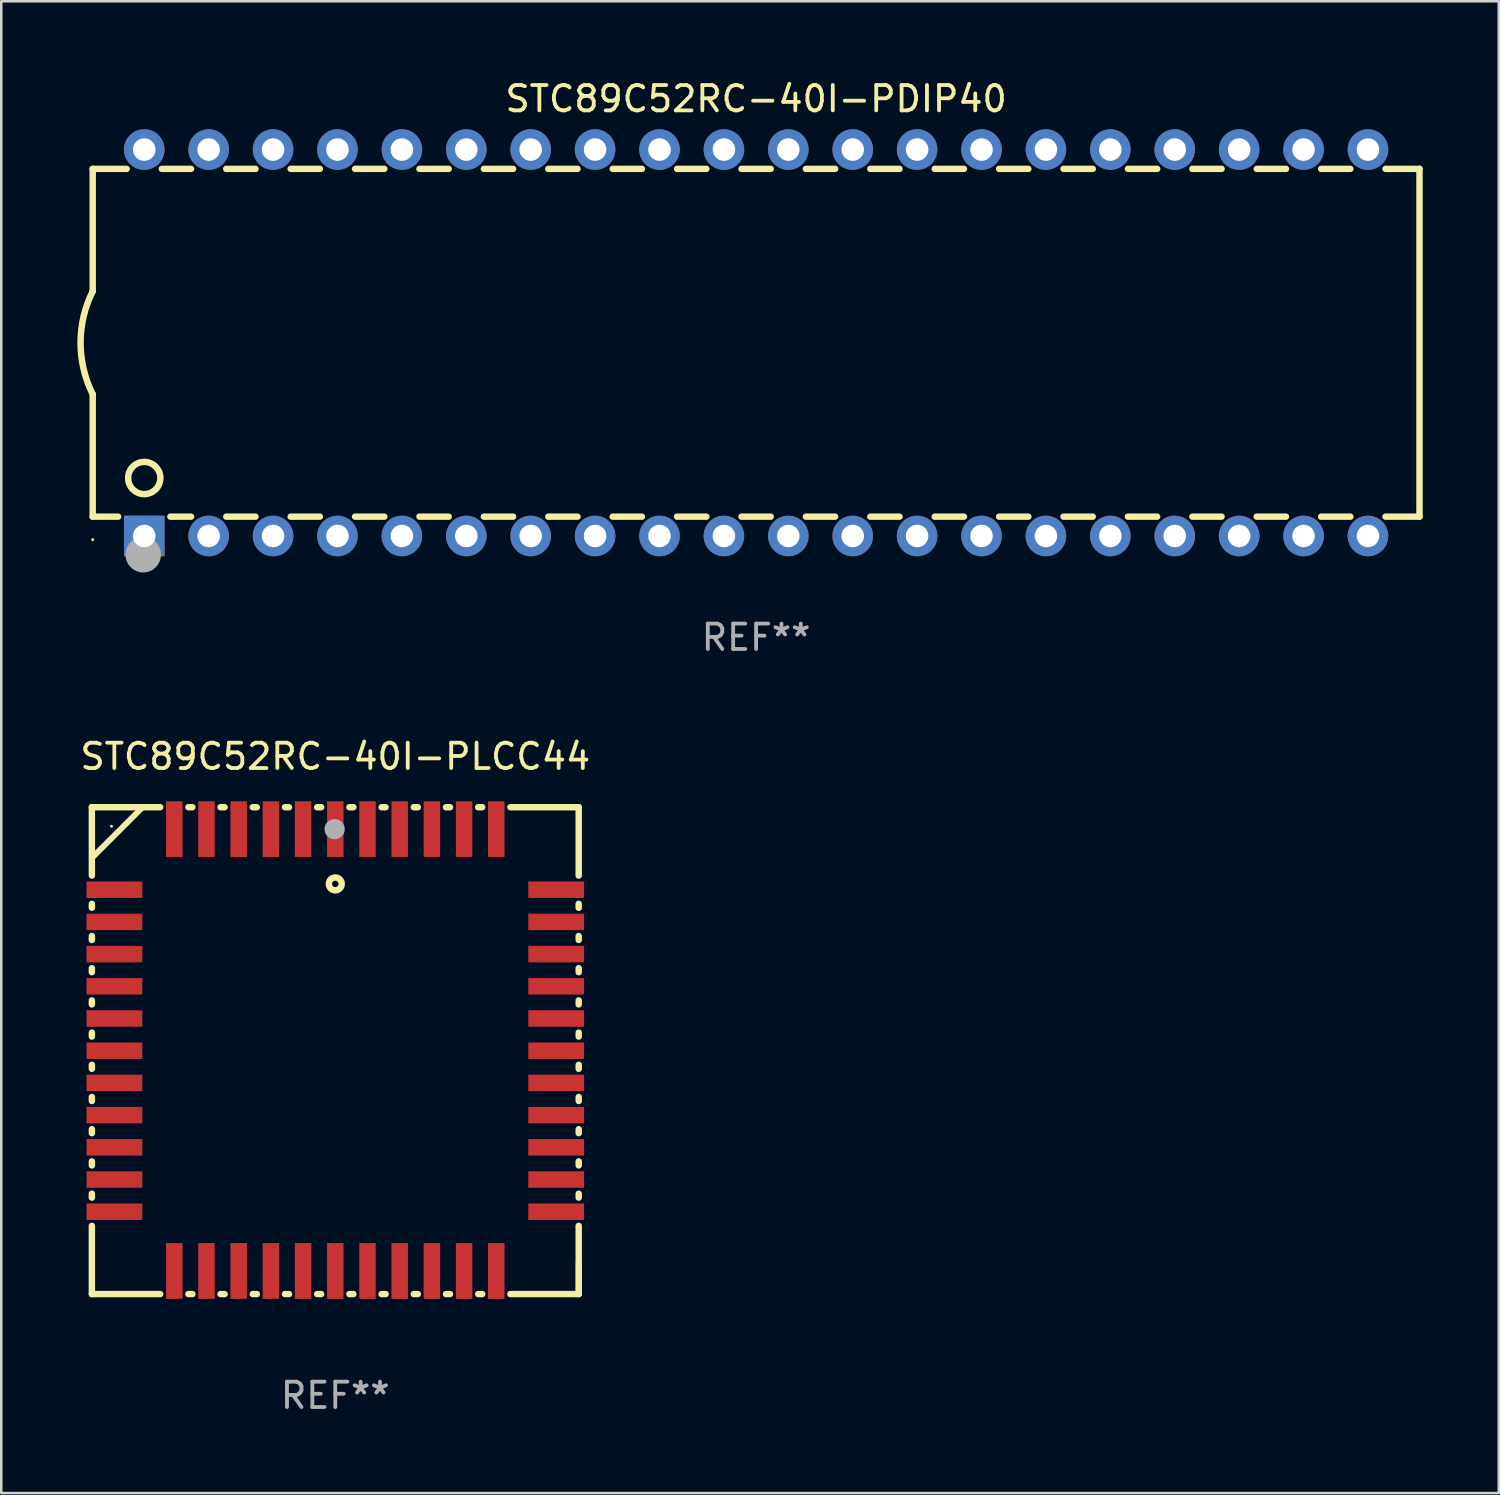
<source format=kicad_pcb>
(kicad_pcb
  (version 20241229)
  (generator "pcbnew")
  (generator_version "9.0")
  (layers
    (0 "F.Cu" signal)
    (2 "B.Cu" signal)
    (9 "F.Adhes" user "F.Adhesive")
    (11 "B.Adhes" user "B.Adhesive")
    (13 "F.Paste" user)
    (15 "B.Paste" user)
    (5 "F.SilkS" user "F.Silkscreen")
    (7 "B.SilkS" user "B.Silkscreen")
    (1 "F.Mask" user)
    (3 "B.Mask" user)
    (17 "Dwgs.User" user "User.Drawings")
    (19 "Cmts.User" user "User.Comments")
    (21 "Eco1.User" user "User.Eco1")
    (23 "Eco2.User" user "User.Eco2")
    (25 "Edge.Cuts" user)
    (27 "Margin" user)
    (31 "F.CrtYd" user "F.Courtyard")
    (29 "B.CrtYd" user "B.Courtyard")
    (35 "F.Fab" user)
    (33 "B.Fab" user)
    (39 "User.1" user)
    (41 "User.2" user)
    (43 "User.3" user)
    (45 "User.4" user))
  (footprint "STC89C52RC-40I-PDIP40"
    (layer "F.Cu")
    (at 26.769 10.468)
    (property "Reference" "STC89C52RC-40I-PDIP40" (at 0 -9.62 0) (layer "F.SilkS") (effects (font (size 1 1) (thickness 0.15))))
    (attr through_hole)
    (fp_line (start -26.162 -6.858) (end -26.162 -2.032) (stroke (width 0.254) (type solid)) (layer "F.SilkS"))
    (fp_line (start -26.162 6.858) (end -26.162 2.032) (stroke (width 0.254) (type solid)) (layer "F.SilkS"))
    (fp_line (start -26.162 6.858) (end -25.161 6.858) (stroke (width 0.254) (type solid)) (layer "F.SilkS"))
    (fp_line (start -24.824 -6.858) (end -26.162 -6.858) (stroke (width 0.254) (type solid)) (layer "F.SilkS"))
    (fp_line (start -23.099 6.858) (end -22.284 6.858) (stroke (width 0.254) (type solid)) (layer "F.SilkS"))
    (fp_line (start -22.284 -6.858) (end -23.436 -6.858) (stroke (width 0.254) (type solid)) (layer "F.SilkS"))
    (fp_line (start -20.896 6.858) (end -19.744 6.858) (stroke (width 0.254) (type solid)) (layer "F.SilkS"))
    (fp_line (start -19.744 -6.858) (end -20.896 -6.858) (stroke (width 0.254) (type solid)) (layer "F.SilkS"))
    (fp_line (start -18.356 6.858) (end -17.204 6.858) (stroke (width 0.254) (type solid)) (layer "F.SilkS"))
    (fp_line (start -17.204 -6.858) (end -18.356 -6.858) (stroke (width 0.254) (type solid)) (layer "F.SilkS"))
    (fp_line (start -15.816 6.858) (end -14.664 6.858) (stroke (width 0.254) (type solid)) (layer "F.SilkS"))
    (fp_line (start -14.664 -6.858) (end -15.816 -6.858) (stroke (width 0.254) (type solid)) (layer "F.SilkS"))
    (fp_line (start -13.276 6.858) (end -12.124 6.858) (stroke (width 0.254) (type solid)) (layer "F.SilkS"))
    (fp_line (start -12.124 -6.858) (end -13.276 -6.858) (stroke (width 0.254) (type solid)) (layer "F.SilkS"))
    (fp_line (start -10.736 6.858) (end -9.584 6.858) (stroke (width 0.254) (type solid)) (layer "F.SilkS"))
    (fp_line (start -9.584 -6.858) (end -10.736 -6.858) (stroke (width 0.254) (type solid)) (layer "F.SilkS"))
    (fp_line (start -8.196 6.858) (end -7.044 6.858) (stroke (width 0.254) (type solid)) (layer "F.SilkS"))
    (fp_line (start -7.044 -6.858) (end -8.196 -6.858) (stroke (width 0.254) (type solid)) (layer "F.SilkS"))
    (fp_line (start -5.656 6.858) (end -4.504 6.858) (stroke (width 0.254) (type solid)) (layer "F.SilkS"))
    (fp_line (start -4.504 -6.858) (end -5.656 -6.858) (stroke (width 0.254) (type solid)) (layer "F.SilkS"))
    (fp_line (start -3.116 6.858) (end -1.964 6.858) (stroke (width 0.254) (type solid)) (layer "F.SilkS"))
    (fp_line (start -1.964 -6.858) (end -3.116 -6.858) (stroke (width 0.254) (type solid)) (layer "F.SilkS"))
    (fp_line (start -0.576 6.858) (end 0.576 6.858) (stroke (width 0.254) (type solid)) (layer "F.SilkS"))
    (fp_line (start 0.576 -6.858) (end -0.576 -6.858) (stroke (width 0.254) (type solid)) (layer "F.SilkS"))
    (fp_line (start 1.964 6.858) (end 3.116 6.858) (stroke (width 0.254) (type solid)) (layer "F.SilkS"))
    (fp_line (start 3.116 -6.858) (end 1.964 -6.858) (stroke (width 0.254) (type solid)) (layer "F.SilkS"))
    (fp_line (start 4.504 6.858) (end 5.656 6.858) (stroke (width 0.254) (type solid)) (layer "F.SilkS"))
    (fp_line (start 5.656 -6.858) (end 4.504 -6.858) (stroke (width 0.254) (type solid)) (layer "F.SilkS"))
    (fp_line (start 7.044 6.858) (end 8.196 6.858) (stroke (width 0.254) (type solid)) (layer "F.SilkS"))
    (fp_line (start 8.196 -6.858) (end 7.044 -6.858) (stroke (width 0.254) (type solid)) (layer "F.SilkS"))
    (fp_line (start 9.584 6.858) (end 10.736 6.858) (stroke (width 0.254) (type solid)) (layer "F.SilkS"))
    (fp_line (start 10.736 -6.858) (end 9.584 -6.858) (stroke (width 0.254) (type solid)) (layer "F.SilkS"))
    (fp_line (start 12.124 6.858) (end 13.276 6.858) (stroke (width 0.254) (type solid)) (layer "F.SilkS"))
    (fp_line (start 13.276 -6.858) (end 12.124 -6.858) (stroke (width 0.254) (type solid)) (layer "F.SilkS"))
    (fp_line (start 14.664 6.858) (end 15.816 6.858) (stroke (width 0.254) (type solid)) (layer "F.SilkS"))
    (fp_line (start 15.816 -6.858) (end 14.664 -6.858) (stroke (width 0.254) (type solid)) (layer "F.SilkS"))
    (fp_line (start 17.204 6.858) (end 18.356 6.858) (stroke (width 0.254) (type solid)) (layer "F.SilkS"))
    (fp_line (start 18.356 -6.858) (end 17.204 -6.858) (stroke (width 0.254) (type solid)) (layer "F.SilkS"))
    (fp_line (start 19.744 6.858) (end 20.896 6.858) (stroke (width 0.254) (type solid)) (layer "F.SilkS"))
    (fp_line (start 20.896 -6.858) (end 19.744 -6.858) (stroke (width 0.254) (type solid)) (layer "F.SilkS"))
    (fp_line (start 22.284 6.858) (end 23.436 6.858) (stroke (width 0.254) (type solid)) (layer "F.SilkS"))
    (fp_line (start 23.436 -6.858) (end 22.284 -6.858) (stroke (width 0.254) (type solid)) (layer "F.SilkS"))
    (fp_line (start 24.824 6.858) (end 26.162 6.858) (stroke (width 0.254) (type solid)) (layer "F.SilkS"))
    (fp_line (start 26.162 -6.858) (end 24.824 -6.858) (stroke (width 0.254) (type solid)) (layer "F.SilkS"))
    (fp_line (start 26.162 -6.858) (end 26.162 6.858) (stroke (width 0.254) (type solid)) (layer "F.SilkS"))
    (fp_arc (start -26.162052 2.032004) (mid -26.641743 0) (end -26.162052 -2.032004) (stroke (width 0.254001) (type solid)) (layer "F.SilkS"))
    (fp_circle (center -26.162 7.765) (end -26.132 7.765) (stroke (width 0.06) (type solid)) (fill no) (layer "F.SilkS"))
    (fp_circle (center -24.13 5.334) (end -23.495 5.334) (stroke (width 0.254) (type solid)) (fill no) (layer "F.SilkS"))
    (fp_circle (center -24.17 8.36) (end -23.82 8.36) (stroke (width 0.7) (type solid)) (fill no) (layer "F.Fab"))
    (fp_text user "REF**" (at 0 11.62 0) (layer "F.Fab") (effects (font (size 1 1) (thickness 0.15))))
    (pad "1" thru_hole rect (at -24.13 7.62) (size 1.6 1.6) (drill 0.889) (layers "*.Cu" "*.Mask"))
    (pad "2" thru_hole circle (at -21.59 7.62) (size 1.6 1.6) (drill 0.889) (layers "*.Cu" "*.Mask"))
    (pad "3" thru_hole circle (at -19.05 7.62) (size 1.6 1.6) (drill 0.889) (layers "*.Cu" "*.Mask"))
    (pad "4" thru_hole circle (at -16.51 7.62) (size 1.6 1.6) (drill 0.889) (layers "*.Cu" "*.Mask"))
    (pad "5" thru_hole circle (at -13.97 7.62) (size 1.6 1.6) (drill 0.889) (layers "*.Cu" "*.Mask"))
    (pad "6" thru_hole circle (at -11.43 7.62) (size 1.6 1.6) (drill 0.889) (layers "*.Cu" "*.Mask"))
    (pad "7" thru_hole circle (at -8.89 7.62) (size 1.6 1.6) (drill 0.889) (layers "*.Cu" "*.Mask"))
    (pad "8" thru_hole circle (at -6.35 7.62) (size 1.6 1.6) (drill 0.889) (layers "*.Cu" "*.Mask"))
    (pad "9" thru_hole circle (at -3.81 7.62) (size 1.6 1.6) (drill 0.889) (layers "*.Cu" "*.Mask"))
    (pad "10" thru_hole circle (at -1.27 7.62) (size 1.6 1.6) (drill 0.889) (layers "*.Cu" "*.Mask"))
    (pad "11" thru_hole circle (at 1.27 7.62) (size 1.6 1.6) (drill 0.889) (layers "*.Cu" "*.Mask"))
    (pad "12" thru_hole circle (at 3.81 7.62) (size 1.6 1.6) (drill 0.889) (layers "*.Cu" "*.Mask"))
    (pad "13" thru_hole circle (at 6.35 7.62) (size 1.6 1.6) (drill 0.889) (layers "*.Cu" "*.Mask"))
    (pad "14" thru_hole circle (at 8.89 7.62) (size 1.6 1.6) (drill 0.889) (layers "*.Cu" "*.Mask"))
    (pad "15" thru_hole circle (at 11.43 7.62) (size 1.6 1.6) (drill 0.889) (layers "*.Cu" "*.Mask"))
    (pad "16" thru_hole circle (at 13.97 7.62) (size 1.6 1.6) (drill 0.889) (layers "*.Cu" "*.Mask"))
    (pad "17" thru_hole circle (at 16.51 7.62) (size 1.6 1.6) (drill 0.889) (layers "*.Cu" "*.Mask"))
    (pad "18" thru_hole circle (at 19.05 7.62) (size 1.6 1.6) (drill 0.889) (layers "*.Cu" "*.Mask"))
    (pad "19" thru_hole circle (at 21.59 7.62) (size 1.6 1.6) (drill 0.889) (layers "*.Cu" "*.Mask"))
    (pad "20" thru_hole circle (at 24.13 7.62) (size 1.6 1.6) (drill 0.889) (layers "*.Cu" "*.Mask"))
    (pad "21" thru_hole circle (at 24.13 -7.62) (size 1.6 1.6) (drill 0.889) (layers "*.Cu" "*.Mask"))
    (pad "22" thru_hole circle (at 21.59 -7.62) (size 1.6 1.6) (drill 0.889) (layers "*.Cu" "*.Mask"))
    (pad "23" thru_hole circle (at 19.05 -7.62) (size 1.6 1.6) (drill 0.889) (layers "*.Cu" "*.Mask"))
    (pad "24" thru_hole circle (at 16.51 -7.62) (size 1.6 1.6) (drill 0.889) (layers "*.Cu" "*.Mask"))
    (pad "25" thru_hole circle (at 13.97 -7.62) (size 1.6 1.6) (drill 0.889) (layers "*.Cu" "*.Mask"))
    (pad "26" thru_hole circle (at 11.43 -7.62) (size 1.6 1.6) (drill 0.889) (layers "*.Cu" "*.Mask"))
    (pad "27" thru_hole circle (at 8.89 -7.62) (size 1.6 1.6) (drill 0.889) (layers "*.Cu" "*.Mask"))
    (pad "28" thru_hole circle (at 6.35 -7.62) (size 1.6 1.6) (drill 0.889) (layers "*.Cu" "*.Mask"))
    (pad "29" thru_hole circle (at 3.81 -7.62) (size 1.6 1.6) (drill 0.889) (layers "*.Cu" "*.Mask"))
    (pad "30" thru_hole circle (at 1.27 -7.62) (size 1.6 1.6) (drill 0.889) (layers "*.Cu" "*.Mask"))
    (pad "31" thru_hole circle (at -1.27 -7.62) (size 1.6 1.6) (drill 0.889) (layers "*.Cu" "*.Mask"))
    (pad "32" thru_hole circle (at -3.81 -7.62) (size 1.6 1.6) (drill 0.889) (layers "*.Cu" "*.Mask"))
    (pad "33" thru_hole circle (at -6.35 -7.62) (size 1.6 1.6) (drill 0.889) (layers "*.Cu" "*.Mask"))
    (pad "34" thru_hole circle (at -8.89 -7.62) (size 1.6 1.6) (drill 0.889) (layers "*.Cu" "*.Mask"))
    (pad "35" thru_hole circle (at -11.43 -7.62) (size 1.6 1.6) (drill 0.889) (layers "*.Cu" "*.Mask"))
    (pad "36" thru_hole circle (at -13.97 -7.62) (size 1.6 1.6) (drill 0.889) (layers "*.Cu" "*.Mask"))
    (pad "37" thru_hole circle (at -16.51 -7.62) (size 1.6 1.6) (drill 0.889) (layers "*.Cu" "*.Mask"))
    (pad "38" thru_hole circle (at -19.05 -7.62) (size 1.6 1.6) (drill 0.889) (layers "*.Cu" "*.Mask"))
    (pad "39" thru_hole circle (at -21.59 -7.62) (size 1.6 1.6) (drill 0.889) (layers "*.Cu" "*.Mask"))
    (pad "40" thru_hole circle (at -24.13 -7.62) (size 1.6 1.6) (drill 0.889) (layers "*.Cu" "*.Mask")))
  (footprint "STC89C52RC-40I-PLCC44"
    (layer "F.Cu")
    (at 10.173 38.385)
    (property "Reference" "STC89C52RC-40I-PLCC44" (at 0 -11.6 0) (layer "F.SilkS") (effects (font (size 1 1) (thickness 0.15))))
    (attr through_hole)
    (fp_line (start -9.6 -9.6) (end -6.906 -9.6) (stroke (width 0.254) (type solid)) (layer "F.SilkS"))
    (fp_line (start -9.6 -6.904) (end -9.6 -9.6) (stroke (width 0.254) (type solid)) (layer "F.SilkS"))
    (fp_line (start -9.6 -5.634) (end -9.6 -5.791) (stroke (width 0.254) (type solid)) (layer "F.SilkS"))
    (fp_line (start -9.6 -4.364) (end -9.6 -4.521) (stroke (width 0.254) (type solid)) (layer "F.SilkS"))
    (fp_line (start -9.6 -3.094) (end -9.6 -3.251) (stroke (width 0.254) (type solid)) (layer "F.SilkS"))
    (fp_line (start -9.6 -1.824) (end -9.6 -1.981) (stroke (width 0.254) (type solid)) (layer "F.SilkS"))
    (fp_line (start -9.6 -0.554) (end -9.6 -0.711) (stroke (width 0.254) (type solid)) (layer "F.SilkS"))
    (fp_line (start -9.6 0.716) (end -9.6 0.559) (stroke (width 0.254) (type solid)) (layer "F.SilkS"))
    (fp_line (start -9.6 1.986) (end -9.6 1.829) (stroke (width 0.254) (type solid)) (layer "F.SilkS"))
    (fp_line (start -9.6 3.256) (end -9.6 3.099) (stroke (width 0.254) (type solid)) (layer "F.SilkS"))
    (fp_line (start -9.6 4.526) (end -9.6 4.369) (stroke (width 0.254) (type solid)) (layer "F.SilkS"))
    (fp_line (start -9.6 5.796) (end -9.6 5.639) (stroke (width 0.254) (type solid)) (layer "F.SilkS"))
    (fp_line (start -9.6 9.6) (end -9.6 6.909) (stroke (width 0.254) (type solid)) (layer "F.SilkS"))
    (fp_line (start -7.6 -9.6) (end -9.6 -7.6) (stroke (width 0.229) (type solid)) (layer "F.SilkS"))
    (fp_line (start -6.906 9.6) (end -9.6 9.6) (stroke (width 0.254) (type solid)) (layer "F.SilkS"))
    (fp_line (start -5.794 -9.6) (end -5.636 -9.6) (stroke (width 0.254) (type solid)) (layer "F.SilkS"))
    (fp_line (start -5.636 9.6) (end -5.794 9.6) (stroke (width 0.254) (type solid)) (layer "F.SilkS"))
    (fp_line (start -4.524 -9.6) (end -4.366 -9.6) (stroke (width 0.254) (type solid)) (layer "F.SilkS"))
    (fp_line (start -4.366 9.6) (end -4.524 9.6) (stroke (width 0.254) (type solid)) (layer "F.SilkS"))
    (fp_line (start -3.254 -9.6) (end -3.096 -9.6) (stroke (width 0.254) (type solid)) (layer "F.SilkS"))
    (fp_line (start -3.096 9.6) (end -3.254 9.6) (stroke (width 0.254) (type solid)) (layer "F.SilkS"))
    (fp_line (start -1.984 -9.6) (end -1.826 -9.6) (stroke (width 0.254) (type solid)) (layer "F.SilkS"))
    (fp_line (start -1.826 9.6) (end -1.984 9.6) (stroke (width 0.254) (type solid)) (layer "F.SilkS"))
    (fp_line (start -0.714 -9.6) (end -0.556 -9.6) (stroke (width 0.254) (type solid)) (layer "F.SilkS"))
    (fp_line (start -0.556 9.6) (end -0.714 9.6) (stroke (width 0.254) (type solid)) (layer "F.SilkS"))
    (fp_line (start 0.556 -9.6) (end 0.714 -9.6) (stroke (width 0.254) (type solid)) (layer "F.SilkS"))
    (fp_line (start 0.714 9.6) (end 0.556 9.6) (stroke (width 0.254) (type solid)) (layer "F.SilkS"))
    (fp_line (start 1.826 -9.6) (end 1.984 -9.6) (stroke (width 0.254) (type solid)) (layer "F.SilkS"))
    (fp_line (start 1.984 9.6) (end 1.826 9.6) (stroke (width 0.254) (type solid)) (layer "F.SilkS"))
    (fp_line (start 3.096 -9.6) (end 3.254 -9.6) (stroke (width 0.254) (type solid)) (layer "F.SilkS"))
    (fp_line (start 3.254 9.6) (end 3.096 9.6) (stroke (width 0.254) (type solid)) (layer "F.SilkS"))
    (fp_line (start 4.366 -9.6) (end 4.524 -9.6) (stroke (width 0.254) (type solid)) (layer "F.SilkS"))
    (fp_line (start 4.524 9.6) (end 4.366 9.6) (stroke (width 0.254) (type solid)) (layer "F.SilkS"))
    (fp_line (start 5.636 -9.6) (end 5.794 -9.6) (stroke (width 0.254) (type solid)) (layer "F.SilkS"))
    (fp_line (start 5.794 9.6) (end 5.636 9.6) (stroke (width 0.254) (type solid)) (layer "F.SilkS"))
    (fp_line (start 6.906 -9.6) (end 9.6 -9.6) (stroke (width 0.254) (type solid)) (layer "F.SilkS"))
    (fp_line (start 9.6 -6.904) (end 9.6 -9.6) (stroke (width 0.254) (type solid)) (layer "F.SilkS"))
    (fp_line (start 9.6 -5.634) (end 9.6 -5.791) (stroke (width 0.254) (type solid)) (layer "F.SilkS"))
    (fp_line (start 9.6 -4.364) (end 9.6 -4.521) (stroke (width 0.254) (type solid)) (layer "F.SilkS"))
    (fp_line (start 9.6 -3.094) (end 9.6 -3.251) (stroke (width 0.254) (type solid)) (layer "F.SilkS"))
    (fp_line (start 9.6 -1.824) (end 9.6 -1.981) (stroke (width 0.254) (type solid)) (layer "F.SilkS"))
    (fp_line (start 9.6 -0.554) (end 9.6 -0.711) (stroke (width 0.254) (type solid)) (layer "F.SilkS"))
    (fp_line (start 9.6 0.716) (end 9.6 0.559) (stroke (width 0.254) (type solid)) (layer "F.SilkS"))
    (fp_line (start 9.6 1.986) (end 9.6 1.829) (stroke (width 0.254) (type solid)) (layer "F.SilkS"))
    (fp_line (start 9.6 3.256) (end 9.6 3.099) (stroke (width 0.254) (type solid)) (layer "F.SilkS"))
    (fp_line (start 9.6 4.526) (end 9.6 4.369) (stroke (width 0.254) (type solid)) (layer "F.SilkS"))
    (fp_line (start 9.6 5.796) (end 9.6 5.639) (stroke (width 0.254) (type solid)) (layer "F.SilkS"))
    (fp_line (start 9.6 9.6) (end 6.906 9.6) (stroke (width 0.254) (type solid)) (layer "F.SilkS"))
    (fp_line (start 9.6 9.6) (end 9.6 6.909) (stroke (width 0.254) (type solid)) (layer "F.SilkS"))
    (fp_line (start 9.6 9.6) (end 9.6 8.352) (stroke (width 0.229) (type solid)) (layer "F.SilkS"))
    (fp_circle (center -8.828 -8.851) (end -8.798 -8.851) (stroke (width 0.06) (type solid)) (fill no) (layer "F.SilkS"))
    (fp_circle (center 0 -6.576) (end 0.254 -6.576) (stroke (width 0.254) (type solid)) (fill no) (layer "F.SilkS"))
    (fp_circle (center -0.025 -8.735) (end 0.175 -8.735) (stroke (width 0.4) (type solid)) (fill no) (layer "F.Fab"))
    (fp_text user "REF**" (at 0 13.6 0) (layer "F.Fab") (effects (font (size 1 1) (thickness 0.15))))
    (pad "1" smd rect (at 0 -8.735 180) (size 0.65 2.2) (layers "F.Cu" "F.Mask" "F.Paste"))
    (pad "2" smd rect (at -1.27 -8.735 180) (size 0.65 2.2) (layers "F.Cu" "F.Mask" "F.Paste"))
    (pad "3" smd rect (at -2.54 -8.735 180) (size 0.65 2.2) (layers "F.Cu" "F.Mask" "F.Paste"))
    (pad "4" smd rect (at -3.81 -8.735 180) (size 0.65 2.2) (layers "F.Cu" "F.Mask" "F.Paste"))
    (pad "5" smd rect (at -5.08 -8.735 180) (size 0.65 2.2) (layers "F.Cu" "F.Mask" "F.Paste"))
    (pad "6" smd rect (at -6.35 -8.735 180) (size 0.65 2.2) (layers "F.Cu" "F.Mask" "F.Paste"))
    (pad "7" smd rect (at -8.712 -6.347 180) (size 2.2 0.65) (layers "F.Cu" "F.Mask" "F.Paste"))
    (pad "8" smd rect (at -8.712 -5.077 180) (size 2.2 0.65) (layers "F.Cu" "F.Mask" "F.Paste"))
    (pad "9" smd rect (at -8.712 -3.807 180) (size 2.2 0.65) (layers "F.Cu" "F.Mask" "F.Paste"))
    (pad "10" smd rect (at -8.712 -2.537 180) (size 2.2 0.65) (layers "F.Cu" "F.Mask" "F.Paste"))
    (pad "11" smd rect (at -8.712 -1.267 180) (size 2.2 0.65) (layers "F.Cu" "F.Mask" "F.Paste"))
    (pad "12" smd rect (at -8.712 0.003 180) (size 2.2 0.65) (layers "F.Cu" "F.Mask" "F.Paste"))
    (pad "13" smd rect (at -8.712 1.273 180) (size 2.2 0.65) (layers "F.Cu" "F.Mask" "F.Paste"))
    (pad "14" smd rect (at -8.712 2.543 180) (size 2.2 0.65) (layers "F.Cu" "F.Mask" "F.Paste"))
    (pad "15" smd rect (at -8.712 3.813 180) (size 2.2 0.65) (layers "F.Cu" "F.Mask" "F.Paste"))
    (pad "16" smd rect (at -8.712 5.083 180) (size 2.2 0.65) (layers "F.Cu" "F.Mask" "F.Paste"))
    (pad "17" smd rect (at -8.712 6.353 180) (size 2.2 0.65) (layers "F.Cu" "F.Mask" "F.Paste"))
    (pad "18" smd rect (at -6.35 8.689 180) (size 0.65 2.2) (layers "F.Cu" "F.Mask" "F.Paste"))
    (pad "19" smd rect (at -5.08 8.689 180) (size 0.65 2.2) (layers "F.Cu" "F.Mask" "F.Paste"))
    (pad "20" smd rect (at -3.81 8.689 180) (size 0.65 2.2) (layers "F.Cu" "F.Mask" "F.Paste"))
    (pad "21" smd rect (at -2.54 8.689 180) (size 0.65 2.2) (layers "F.Cu" "F.Mask" "F.Paste"))
    (pad "22" smd rect (at -1.27 8.689 180) (size 0.65 2.2) (layers "F.Cu" "F.Mask" "F.Paste"))
    (pad "23" smd rect (at 0 8.689 180) (size 0.65 2.2) (layers "F.Cu" "F.Mask" "F.Paste"))
    (pad "24" smd rect (at 1.27 8.689 180) (size 0.65 2.2) (layers "F.Cu" "F.Mask" "F.Paste"))
    (pad "25" smd rect (at 2.54 8.689 180) (size 0.65 2.2) (layers "F.Cu" "F.Mask" "F.Paste"))
    (pad "26" smd rect (at 3.81 8.689 180) (size 0.65 2.2) (layers "F.Cu" "F.Mask" "F.Paste"))
    (pad "27" smd rect (at 5.08 8.689 180) (size 0.65 2.2) (layers "F.Cu" "F.Mask" "F.Paste"))
    (pad "28" smd rect (at 6.35 8.689 180) (size 0.65 2.2) (layers "F.Cu" "F.Mask" "F.Paste"))
    (pad "29" smd rect (at 8.712 6.353 180) (size 2.2 0.65) (layers "F.Cu" "F.Mask" "F.Paste"))
    (pad "30" smd rect (at 8.712 5.083 180) (size 2.2 0.65) (layers "F.Cu" "F.Mask" "F.Paste"))
    (pad "31" smd rect (at 8.712 3.813 180) (size 2.2 0.65) (layers "F.Cu" "F.Mask" "F.Paste"))
    (pad "32" smd rect (at 8.712 2.543 180) (size 2.2 0.65) (layers "F.Cu" "F.Mask" "F.Paste"))
    (pad "33" smd rect (at 8.712 1.273 180) (size 2.2 0.65) (layers "F.Cu" "F.Mask" "F.Paste"))
    (pad "34" smd rect (at 8.712 0.003 180) (size 2.2 0.65) (layers "F.Cu" "F.Mask" "F.Paste"))
    (pad "35" smd rect (at 8.712 -1.267 180) (size 2.2 0.65) (layers "F.Cu" "F.Mask" "F.Paste"))
    (pad "36" smd rect (at 8.712 -2.537 180) (size 2.2 0.65) (layers "F.Cu" "F.Mask" "F.Paste"))
    (pad "37" smd rect (at 8.712 -3.807 180) (size 2.2 0.65) (layers "F.Cu" "F.Mask" "F.Paste"))
    (pad "38" smd rect (at 8.712 -5.077 180) (size 2.2 0.65) (layers "F.Cu" "F.Mask" "F.Paste"))
    (pad "39" smd rect (at 8.712 -6.347 180) (size 2.2 0.65) (layers "F.Cu" "F.Mask" "F.Paste"))
    (pad "40" smd rect (at 6.35 -8.735 180) (size 0.65 2.2) (layers "F.Cu" "F.Mask" "F.Paste"))
    (pad "41" smd rect (at 5.08 -8.735 180) (size 0.65 2.2) (layers "F.Cu" "F.Mask" "F.Paste"))
    (pad "42" smd rect (at 3.81 -8.735 180) (size 0.65 2.2) (layers "F.Cu" "F.Mask" "F.Paste"))
    (pad "43" smd rect (at 2.54 -8.735 180) (size 0.65 2.2) (layers "F.Cu" "F.Mask" "F.Paste"))
    (pad "44" smd rect (at 1.27 -8.735 180) (size 0.65 2.2) (layers "F.Cu" "F.Mask" "F.Paste")))
  (gr_rect
    (start -3 -3)
    (end 56.058 55.833)
    (stroke (width 0.1) (type default))
    (fill no)
    (layer "Edge.Cuts")))
</source>
